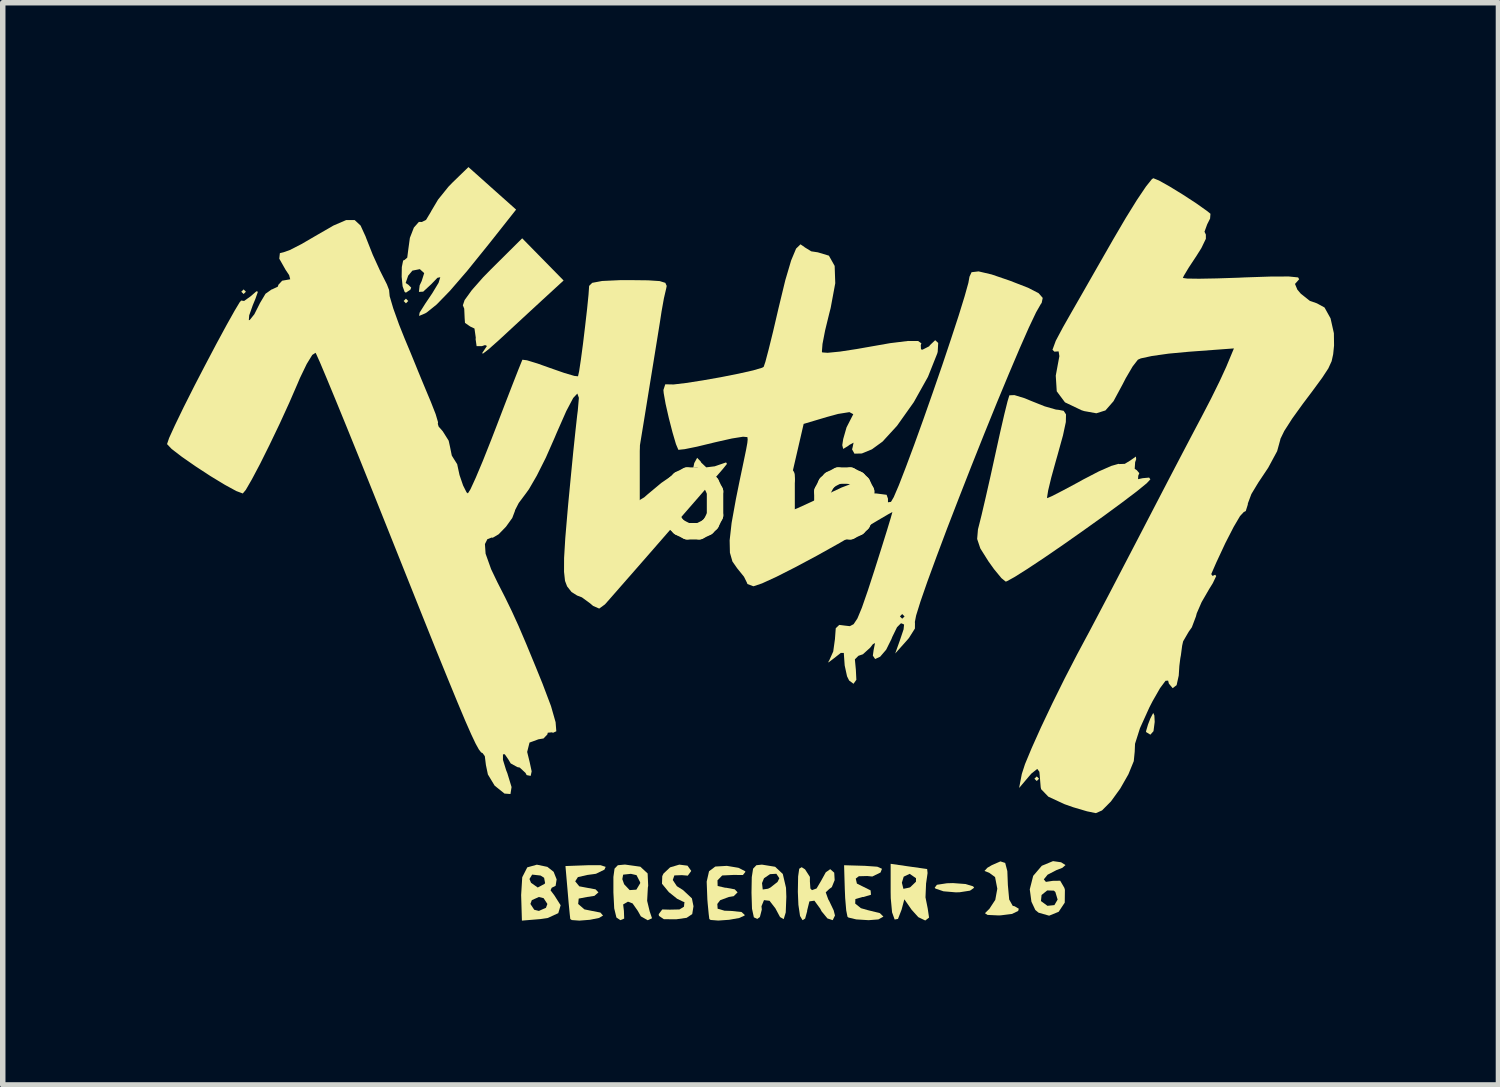
<source format=kicad_pcb>
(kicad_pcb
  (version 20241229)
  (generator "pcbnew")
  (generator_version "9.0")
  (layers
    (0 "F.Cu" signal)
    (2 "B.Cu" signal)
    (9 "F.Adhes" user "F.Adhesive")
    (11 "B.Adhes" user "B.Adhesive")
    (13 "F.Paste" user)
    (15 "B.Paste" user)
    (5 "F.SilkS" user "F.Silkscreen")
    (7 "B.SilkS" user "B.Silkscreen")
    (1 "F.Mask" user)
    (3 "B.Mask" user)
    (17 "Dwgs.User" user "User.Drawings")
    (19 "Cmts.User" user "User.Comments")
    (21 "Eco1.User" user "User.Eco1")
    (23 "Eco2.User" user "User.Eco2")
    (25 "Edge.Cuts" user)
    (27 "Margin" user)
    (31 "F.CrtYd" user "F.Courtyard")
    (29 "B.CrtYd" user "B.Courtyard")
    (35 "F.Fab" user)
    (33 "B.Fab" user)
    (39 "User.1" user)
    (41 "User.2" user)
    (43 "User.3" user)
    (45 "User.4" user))
  (footprint "logo"
    (layer "F.Cu")
    (at 10.583 5.958)
    (property "Reference" "logo" (at 0 0 0) (layer "F.SilkS") (effects (font (size 1.524 1.524) (thickness 0.3))))
    (attr board_only exclude_from_pos_files exclude_from_bom)
    (fp_poly (pts (xy -9.144 -3.683) (xy -9.186 -3.641) (xy -9.229 -3.683) (xy -9.186 -3.725)) (stroke (width 0) (type solid)) (fill yes) (layer "F.SilkS"))
    (fp_poly (pts (xy -6.181 -3.514) (xy -6.223 -3.471) (xy -6.265 -3.514) (xy -6.223 -3.556)) (stroke (width 0) (type solid)) (fill yes) (layer "F.SilkS"))
    (fp_poly (pts (xy 5.334 5.207) (xy 5.292 5.249) (xy 5.249 5.207) (xy 5.292 5.165)) (stroke (width 0) (type solid)) (fill yes) (layer "F.SilkS"))
    (fp_poly (pts (xy 7.439 4.053) (xy 7.445 4.17) (xy 7.423 4.339) (xy 7.366 4.403) (xy 7.288 4.355) (xy 7.287 4.339) (xy 7.323 4.217) (xy 7.366 4.106) (xy 7.418 4.006)) (stroke (width 0) (type solid)) (fill yes) (layer "F.SilkS"))
    (fp_poly (pts (xy 3.992 7.129) (xy 4.13 7.171) (xy 4.149 7.197) (xy 4.074 7.25) (xy 3.886 7.279) (xy 3.815 7.281) (xy 3.59 7.262) (xy 3.445 7.213) (xy 3.429 7.197) (xy 3.469 7.143) (xy 3.653 7.115) (xy 3.763 7.112)) (stroke (width 0) (type solid)) (fill yes) (layer "F.SilkS"))
    (fp_poly (pts (xy 4.716 6.744) (xy 4.755 6.893) (xy 4.765 7.15) (xy 4.789 7.412) (xy 4.853 7.527) (xy 4.888 7.535) (xy 4.964 7.58) (xy 4.953 7.62) (xy 4.841 7.675) (xy 4.633 7.701) (xy 4.588 7.702) (xy 4.394 7.693) (xy 4.346 7.662) (xy 4.419 7.59) (xy 4.424 7.587) (xy 4.535 7.418) (xy 4.572 7.215) (xy 4.531 7.002) (xy 4.424 6.924) (xy 4.338 6.89) (xy 4.391 6.832) (xy 4.473 6.784) (xy 4.629 6.716)) (stroke (width 0) (type solid)) (fill yes) (layer "F.SilkS"))
    (fp_poly (pts (xy -3.345 -3.888) (xy -3.726 -3.538) (xy -4.007 -3.279) (xy -4.326 -2.984) (xy -4.525 -2.8) (xy -4.713 -2.633) (xy -4.821 -2.55) (xy -4.829 -2.567) (xy -4.822 -2.577) (xy -4.744 -2.693) (xy -4.778 -2.709) (xy -4.835 -2.69) (xy -4.933 -2.69) (xy -4.951 -2.816) (xy -4.948 -2.844) (xy -4.972 -3.011) (xy -5.05 -3.048) (xy -5.145 -3.114) (xy -5.151 -3.196) (xy -5.159 -3.374) (xy -5.184 -3.435) (xy -5.152 -3.53) (xy -5.021 -3.711) (xy -4.814 -3.946) (xy -4.671 -4.092) (xy -4.101 -4.658)) (stroke (width 0) (type solid)) (fill yes) (layer "F.SilkS"))
    (fp_poly (pts (xy -2.668 6.786) (xy -2.577 6.816) (xy -2.6 6.867) (xy -2.754 6.942) (xy -2.915 6.964) (xy -3.084 7.003) (xy -3.133 7.08) (xy -3.059 7.171) (xy -2.921 7.197) (xy -2.762 7.226) (xy -2.709 7.281) (xy -2.782 7.345) (xy -2.918 7.366) (xy -3.069 7.395) (xy -3.079 7.493) (xy -2.965 7.592) (xy -2.827 7.62) (xy -2.673 7.65) (xy -2.625 7.705) (xy -2.697 7.748) (xy -2.865 7.782) (xy -3.056 7.797) (xy -3.195 7.787) (xy -3.223 7.768) (xy -3.233 7.679) (xy -3.253 7.473) (xy -3.27 7.274) (xy -3.311 6.801) (xy -2.907 6.786)) (stroke (width 0) (type solid)) (fill yes) (layer "F.SilkS"))
    (fp_poly (pts (xy 2.154 6.797) (xy 2.381 6.813) (xy 2.467 6.851) (xy 2.44 6.919) (xy 2.29 6.992) (xy 2.197 6.983) (xy 2.044 6.987) (xy 1.988 7.03) (xy 2.009 7.121) (xy 2.108 7.17) (xy 2.259 7.245) (xy 2.266 7.325) (xy 2.127 7.366) (xy 2.11 7.366) (xy 1.981 7.404) (xy 1.978 7.486) (xy 2.082 7.57) (xy 2.208 7.606) (xy 2.428 7.66) (xy 2.493 7.724) (xy 2.402 7.775) (xy 2.223 7.789) (xy 1.997 7.775) (xy 1.855 7.741) (xy 1.837 7.726) (xy 1.814 7.611) (xy 1.795 7.386) (xy 1.788 7.224) (xy 1.775 6.786)) (stroke (width 0) (type solid)) (fill yes) (layer "F.SilkS"))
    (fp_poly (pts (xy -1.083 6.794) (xy -1.016 6.888) (xy -1.016 6.892) (xy -1.078 6.976) (xy -1.185 6.967) (xy -1.323 6.972) (xy -1.352 7.056) (xy -1.277 7.169) (xy -1.164 7.24) (xy -1.003 7.391) (xy -0.974 7.535) (xy -0.997 7.678) (xy -1.099 7.746) (xy -1.291 7.773) (xy -1.515 7.771) (xy -1.604 7.711) (xy -1.609 7.679) (xy -1.544 7.593) (xy -1.407 7.597) (xy -1.23 7.593) (xy -1.148 7.543) (xy -1.139 7.459) (xy -1.164 7.451) (xy -1.273 7.398) (xy -1.424 7.277) (xy -1.549 7.124) (xy -1.544 6.985) (xy -1.522 6.939) (xy -1.401 6.825) (xy -1.233 6.775)) (stroke (width 0) (type solid)) (fill yes) (layer "F.SilkS"))
    (fp_poly (pts (xy 2.942 6.806) (xy 3.155 6.836) (xy 3.281 6.854) (xy 3.291 6.855) (xy 3.299 6.929) (xy 3.274 7.105) (xy 3.272 7.112) (xy 3.261 7.372) (xy 3.302 7.578) (xy 3.326 7.742) (xy 3.257 7.795) (xy 3.13 7.734) (xy 3.008 7.599) (xy 2.875 7.408) (xy 2.824 7.599) (xy 2.759 7.766) (xy 2.698 7.777) (xy 2.651 7.646) (xy 2.627 7.388) (xy 2.625 7.274) (xy 2.625 7.105) (xy 2.83 7.105) (xy 2.858 7.217) (xy 2.967 7.194) (xy 2.984 7.186) (xy 3.087 7.087) (xy 3.088 7.023) (xy 2.972 6.943) (xy 2.863 6.995) (xy 2.83 7.105) (xy 2.625 7.105) (xy 2.625 6.76)) (stroke (width 0) (type solid)) (fill yes) (layer "F.SilkS"))
    (fp_poly (pts (xy 0.516 6.814) (xy 0.656 6.945) (xy 0.715 7.198) (xy 0.721 7.363) (xy 0.71 7.648) (xy 0.673 7.77) (xy 0.606 7.732) (xy 0.521 7.573) (xy 0.414 7.435) (xy 0.313 7.423) (xy 0.267 7.535) (xy 0.273 7.596) (xy 0.238 7.732) (xy 0.191 7.766) (xy 0.128 7.737) (xy 0.094 7.579) (xy 0.085 7.288) (xy 0.088 7.112) (xy 0.277 7.112) (xy 0.29 7.229) (xy 0.386 7.215) (xy 0.429 7.194) (xy 0.56 7.091) (xy 0.593 7.024) (xy 0.539 6.942) (xy 0.423 6.949) (xy 0.313 7.024) (xy 0.277 7.112) (xy 0.088 7.112) (xy 0.09 7.004) (xy 0.114 6.849) (xy 0.174 6.786) (xy 0.275 6.775)) (stroke (width 0) (type solid)) (fill yes) (layer "F.SilkS"))
    (fp_poly (pts (xy 1.062 6.861) (xy 1.151 6.999) (xy 1.151 7.081) (xy 1.16 7.211) (xy 1.189 7.241) (xy 1.273 7.21) (xy 1.353 7.075) (xy 1.441 6.915) (xy 1.522 6.858) (xy 1.595 6.922) (xy 1.603 7.058) (xy 1.551 7.186) (xy 1.503 7.221) (xy 1.44 7.281) (xy 1.486 7.409) (xy 1.503 7.438) (xy 1.585 7.61) (xy 1.609 7.704) (xy 1.567 7.789) (xy 1.471 7.757) (xy 1.364 7.627) (xy 1.34 7.58) (xy 1.233 7.433) (xy 1.142 7.446) (xy 1.101 7.611) (xy 1.101 7.625) (xy 1.064 7.76) (xy 1.016 7.789) (xy 0.971 7.712) (xy 0.941 7.509) (xy 0.931 7.271) (xy 0.936 6.991) (xy 0.956 6.85) (xy 1.001 6.822)) (stroke (width 0) (type solid)) (fill yes) (layer "F.SilkS"))
    (fp_poly (pts (xy 5.736 6.732) (xy 5.817 6.783) (xy 5.76 6.833) (xy 5.652 6.875) (xy 5.49 6.959) (xy 5.421 7.044) (xy 5.459 7.09) (xy 5.585 7.071) (xy 5.72 7.069) (xy 5.796 7.199) (xy 5.806 7.235) (xy 5.803 7.469) (xy 5.692 7.636) (xy 5.518 7.707) (xy 5.325 7.652) (xy 5.266 7.603) (xy 5.195 7.452) (xy 5.193 7.438) (xy 5.369 7.438) (xy 5.37 7.441) (xy 5.487 7.527) (xy 5.614 7.514) (xy 5.673 7.413) (xy 5.632 7.276) (xy 5.605 7.25) (xy 5.483 7.246) (xy 5.38 7.329) (xy 5.369 7.438) (xy 5.193 7.438) (xy 5.165 7.229) (xy 5.165 7.224) (xy 5.227 6.98) (xy 5.384 6.796) (xy 5.589 6.711)) (stroke (width 0) (type solid)) (fill yes) (layer "F.SilkS"))
    (fp_poly (pts (xy -0.362 6.798) (xy -0.153 6.833) (xy -0.033 6.894) (xy -0.026 6.907) (xy -0.072 6.965) (xy -0.24 6.963) (xy -0.45 6.973) (xy -0.536 7.062) (xy -0.533 7.165) (xy -0.395 7.197) (xy -0.378 7.197) (xy -0.221 7.226) (xy -0.169 7.281) (xy -0.24 7.351) (xy -0.33 7.366) (xy -0.487 7.425) (xy -0.539 7.493) (xy -0.533 7.58) (xy -0.407 7.616) (xy -0.289 7.62) (xy -0.097 7.64) (xy -0.038 7.694) (xy -0.042 7.705) (xy -0.139 7.749) (xy -0.323 7.782) (xy -0.521 7.796) (xy -0.661 7.785) (xy -0.685 7.768) (xy -0.696 7.679) (xy -0.715 7.482) (xy -0.721 7.408) (xy -0.733 7.085) (xy -0.69 6.896) (xy -0.576 6.81) (xy -0.371 6.798)) (stroke (width 0) (type solid)) (fill yes) (layer "F.SilkS"))
    (fp_poly (pts (xy -2.216 6.775) (xy -1.944 6.813) (xy -1.811 6.936) (xy -1.801 7.16) (xy -1.807 7.195) (xy -1.82 7.436) (xy -1.774 7.627) (xy -1.731 7.754) (xy -1.807 7.789) (xy -1.812 7.789) (xy -1.935 7.719) (xy -1.99 7.62) (xy -2.086 7.483) (xy -2.17 7.451) (xy -2.258 7.502) (xy -2.244 7.62) (xy -2.239 7.76) (xy -2.309 7.789) (xy -2.381 7.74) (xy -2.421 7.574) (xy -2.436 7.281) (xy -2.436 7.04) (xy -2.273 7.04) (xy -2.24 7.133) (xy -2.139 7.24) (xy -2.017 7.232) (xy -1.948 7.117) (xy -1.947 7.098) (xy -2.014 6.967) (xy -2.117 6.943) (xy -2.258 6.958) (xy -2.273 7.04) (xy -2.436 7.04) (xy -2.436 7) (xy -2.415 6.848) (xy -2.355 6.786) (xy -2.239 6.775)) (stroke (width 0) (type solid)) (fill yes) (layer "F.SilkS"))
    (fp_poly (pts (xy -3.641 6.816) (xy -3.527 6.906) (xy -3.472 7.044) (xy -3.491 7.162) (xy -3.562 7.197) (xy -3.583 7.244) (xy -3.515 7.334) (xy -3.399 7.517) (xy -3.442 7.661) (xy -3.637 7.75) (xy -3.768 7.769) (xy -4.106 7.797) (xy -4.115 7.493) (xy -3.951 7.493) (xy -3.881 7.599) (xy -3.796 7.62) (xy -3.667 7.563) (xy -3.641 7.493) (xy -3.71 7.387) (xy -3.796 7.366) (xy -3.925 7.423) (xy -3.951 7.493) (xy -4.115 7.493) (xy -4.12 7.331) (xy -4.102 7.037) (xy -3.968 7.037) (xy -3.94 7.106) (xy -3.817 7.193) (xy -3.692 7.126) (xy -3.683 7.111) (xy -3.701 7.015) (xy -3.766 6.974) (xy -3.919 6.957) (xy -3.968 7.037) (xy -4.102 7.037) (xy -4.1 7.005) (xy -4.008 6.825) (xy -3.833 6.776)) (stroke (width 0) (type solid)) (fill yes) (layer "F.SilkS"))
    (fp_poly (pts (xy -4.89 -5.787) (xy -4.692 -5.61) (xy -4.47 -5.412) (xy -4.455 -5.399) (xy -4.212 -5.182) (xy -4.704 -4.56) (xy -5.103 -4.066) (xy -5.419 -3.7) (xy -5.661 -3.451) (xy -5.842 -3.305) (xy -5.873 -3.287) (xy -5.983 -3.241) (xy -5.974 -3.299) (xy -5.965 -3.315) (xy -5.871 -3.464) (xy -5.743 -3.654) (xy -5.627 -3.846) (xy -5.596 -3.948) (xy -5.648 -3.937) (xy -5.762 -3.819) (xy -5.908 -3.684) (xy -5.986 -3.68) (xy -5.973 -3.798) (xy -5.935 -3.879) (xy -5.89 -4.022) (xy -5.969 -4.095) (xy -6.105 -4.068) (xy -6.182 -3.976) (xy -6.228 -3.842) (xy -6.179 -3.81) (xy -6.127 -3.758) (xy -6.142 -3.72) (xy -6.223 -3.666) (xy -6.246 -3.678) (xy -6.284 -3.782) (xy -6.301 -3.956) (xy -6.298 -4.134) (xy -6.274 -4.252) (xy -6.247 -4.264) (xy -6.199 -4.305) (xy -6.181 -4.446) (xy -6.151 -4.666) (xy -6.078 -4.854) (xy -5.987 -4.957) (xy -5.932 -4.956) (xy -5.856 -4.994) (xy -5.766 -5.144) (xy -5.761 -5.155) (xy -5.637 -5.364) (xy -5.446 -5.601) (xy -5.372 -5.677) (xy -5.082 -5.958)) (stroke (width 0) (type solid)) (fill yes) (layer "F.SilkS"))
    (fp_poly (pts (xy 5.073 -1.738) (xy 5.188 -1.69) (xy 5.436 -1.591) (xy 5.641 -1.532) (xy 5.694 -1.526) (xy 5.783 -1.509) (xy 5.826 -1.444) (xy 5.823 -1.304) (xy 5.771 -1.061) (xy 5.668 -0.689) (xy 5.643 -0.602) (xy 5.557 -0.291) (xy 5.5 -0.054) (xy 5.48 0.073) (xy 5.484 0.085) (xy 5.572 0.047) (xy 5.77 -0.055) (xy 6.041 -0.2) (xy 6.136 -0.253) (xy 6.423 -0.402) (xy 6.652 -0.503) (xy 6.785 -0.541) (xy 6.801 -0.537) (xy 6.899 -0.541) (xy 6.999 -0.602) (xy 7.102 -0.674) (xy 7.107 -0.624) (xy 7.088 -0.572) (xy 7.08 -0.45) (xy 7.12 -0.423) (xy 7.164 -0.37) (xy 7.145 -0.324) (xy 7.141 -0.261) (xy 7.225 -0.279) (xy 7.343 -0.29) (xy 7.366 -0.258) (xy 7.3 -0.187) (xy 7.12 -0.04) (xy 6.852 0.163) (xy 6.523 0.405) (xy 6.159 0.665) (xy 5.787 0.927) (xy 5.433 1.17) (xy 5.123 1.376) (xy 4.885 1.526) (xy 4.745 1.603) (xy 4.724 1.608) (xy 4.647 1.545) (xy 4.512 1.381) (xy 4.411 1.24) (xy 4.262 1.003) (xy 4.204 0.83) (xy 4.219 0.654) (xy 4.237 0.584) (xy 4.286 0.388) (xy 4.36 0.071) (xy 4.449 -0.321) (xy 4.536 -0.717) (xy 4.623 -1.112) (xy 4.7 -1.446) (xy 4.759 -1.683) (xy 4.792 -1.791) (xy 4.792 -1.792) (xy 4.884 -1.796)) (stroke (width 0) (type solid)) (fill yes) (layer "F.SilkS"))
    (fp_poly (pts (xy 7.523 -5.713) (xy 7.719 -5.603) (xy 7.962 -5.454) (xy 8.204 -5.296) (xy 8.4 -5.157) (xy 8.463 -5.106) (xy 8.456 -5.018) (xy 8.403 -4.913) (xy 8.354 -4.778) (xy 8.379 -4.726) (xy 8.379 -4.649) (xy 8.297 -4.479) (xy 8.207 -4.336) (xy 8.067 -4.124) (xy 7.977 -3.974) (xy 7.959 -3.934) (xy 8.038 -3.923) (xy 8.255 -3.92) (xy 8.58 -3.926) (xy 8.98 -3.939) (xy 9.081 -3.944) (xy 9.568 -3.96) (xy 9.894 -3.961) (xy 10.063 -3.944) (xy 10.082 -3.91) (xy 10.079 -3.907) (xy 10.006 -3.825) (xy 10.049 -3.721) (xy 10.113 -3.646) (xy 10.277 -3.516) (xy 10.406 -3.471) (xy 10.545 -3.395) (xy 10.655 -3.197) (xy 10.716 -2.925) (xy 10.719 -2.701) (xy 10.703 -2.542) (xy 10.675 -2.415) (xy 10.614 -2.282) (xy 10.501 -2.11) (xy 10.319 -1.862) (xy 10.148 -1.635) (xy 9.955 -1.367) (xy 9.81 -1.141) (xy 9.74 -0.997) (xy 9.737 -0.979) (xy 9.68 -0.772) (xy 9.517 -0.47) (xy 9.335 -0.197) (xy 9.21 0.01) (xy 9.146 0.181) (xy 9.144 0.204) (xy 9.107 0.321) (xy 9.071 0.339) (xy 9.003 0.412) (xy 8.886 0.611) (xy 8.735 0.905) (xy 8.568 1.263) (xy 8.477 1.472) (xy 8.502 1.505) (xy 8.548 1.484) (xy 8.568 1.507) (xy 8.506 1.637) (xy 8.438 1.747) (xy 8.301 1.984) (xy 8.212 2.189) (xy 8.198 2.244) (xy 8.123 2.443) (xy 8.065 2.525) (xy 7.964 2.699) (xy 7.946 2.779) (xy 7.923 2.954) (xy 7.913 3.006) (xy 7.895 3.148) (xy 7.884 3.323) (xy 7.845 3.499) (xy 7.773 3.554) (xy 7.704 3.471) (xy 7.69 3.416) (xy 7.643 3.419) (xy 7.543 3.553) (xy 7.405 3.794) (xy 7.348 3.905) (xy 7.176 4.285) (xy 7.086 4.569) (xy 7.08 4.714) (xy 7.063 4.886) (xy 6.965 5.126) (xy 6.816 5.387) (xy 6.646 5.622) (xy 6.483 5.786) (xy 6.372 5.835) (xy 6.21 5.802) (xy 5.959 5.728) (xy 5.8 5.672) (xy 5.504 5.535) (xy 5.372 5.398) (xy 5.364 5.362) (xy 5.347 5.155) (xy 5.34 5.08) (xy 5.301 5.028) (xy 5.194 5.113) (xy 5.149 5.165) (xy 4.97 5.376) (xy 5.019 5.121) (xy 5.077 4.942) (xy 5.2 4.646) (xy 5.371 4.265) (xy 5.576 3.833) (xy 5.8 3.38) (xy 6.027 2.941) (xy 6.151 2.709) (xy 6.254 2.517) (xy 6.419 2.204) (xy 6.631 1.801) (xy 6.873 1.336) (xy 7.131 0.841) (xy 7.172 0.762) (xy 7.44 0.246) (xy 7.704 -0.262) (xy 7.946 -0.725) (xy 8.148 -1.11) (xy 8.292 -1.382) (xy 8.3 -1.397) (xy 8.474 -1.732) (xy 8.634 -2.057) (xy 8.748 -2.305) (xy 8.754 -2.319) (xy 8.891 -2.648) (xy 8.066 -2.587) (xy 7.701 -2.553) (xy 7.396 -2.51) (xy 7.192 -2.466) (xy 7.138 -2.442) (xy 7.042 -2.318) (xy 6.916 -2.103) (xy 6.858 -1.99) (xy 6.693 -1.684) (xy 6.546 -1.516) (xy 6.38 -1.464) (xy 6.158 -1.504) (xy 6.108 -1.52) (xy 5.807 -1.664) (xy 5.657 -1.865) (xy 5.639 -2.151) (xy 5.665 -2.292) (xy 5.705 -2.507) (xy 5.691 -2.594) (xy 5.617 -2.589) (xy 5.615 -2.588) (xy 5.579 -2.623) (xy 5.639 -2.787) (xy 5.771 -3.035) (xy 5.917 -3.292) (xy 6.124 -3.653) (xy 6.365 -4.075) (xy 6.618 -4.517) (xy 6.689 -4.641) (xy 6.916 -5.028) (xy 7.12 -5.357) (xy 7.285 -5.602) (xy 7.393 -5.737) (xy 7.42 -5.755)) (stroke (width 0) (type solid)) (fill yes) (layer "F.SilkS"))
    (fp_poly (pts (xy 1.051 -4.499) (xy 1.054 -4.495) (xy 1.176 -4.42) (xy 1.296 -4.402) (xy 1.498 -4.341) (xy 1.603 -4.154) (xy 1.614 -3.838) (xy 1.53 -3.386) (xy 1.506 -3.293) (xy 1.429 -2.978) (xy 1.381 -2.73) (xy 1.37 -2.59) (xy 1.376 -2.575) (xy 1.475 -2.568) (xy 1.7 -2.59) (xy 2.007 -2.637) (xy 2.137 -2.66) (xy 2.615 -2.744) (xy 2.941 -2.784) (xy 3.127 -2.783) (xy 3.186 -2.741) (xy 3.175 -2.709) (xy 3.179 -2.631) (xy 3.207 -2.625) (xy 3.327 -2.686) (xy 3.344 -2.709) (xy 3.438 -2.798) (xy 3.493 -2.748) (xy 3.484 -2.587) (xy 3.476 -2.556) (xy 3.306 -2.129) (xy 3.047 -1.666) (xy 2.741 -1.235) (xy 2.477 -0.947) (xy 2.283 -0.806) (xy 2.099 -0.73) (xy 1.964 -0.727) (xy 1.921 -0.805) (xy 1.931 -0.844) (xy 1.948 -0.928) (xy 1.871 -0.886) (xy 1.848 -0.867) (xy 1.759 -0.813) (xy 1.742 -0.882) (xy 1.759 -0.994) (xy 1.82 -1.207) (xy 1.886 -1.336) (xy 1.943 -1.447) (xy 1.873 -1.485) (xy 1.665 -1.452) (xy 1.464 -1.397) (xy 1.037 -1.27) (xy 0.856 -0.487) (xy 0.778 -0.142) (xy 0.718 0.137) (xy 0.682 0.312) (xy 0.677 0.35) (xy 0.747 0.339) (xy 0.933 0.265) (xy 1.201 0.142) (xy 1.333 0.077) (xy 1.73 -0.109) (xy 2.023 -0.22) (xy 2.201 -0.255) (xy 2.251 -0.21) (xy 2.201 -0.127) (xy 2.153 -0.04) (xy 2.226 -0.005) (xy 2.365 0) (xy 2.551 0.024) (xy 2.576 0.094) (xy 2.576 0.096) (xy 2.576 0.161) (xy 2.631 0.153) (xy 2.681 0.068) (xy 2.775 -0.151) (xy 2.902 -0.479) (xy 3.055 -0.889) (xy 3.223 -1.355) (xy 3.397 -1.85) (xy 3.569 -2.348) (xy 3.728 -2.823) (xy 3.867 -3.248) (xy 3.975 -3.598) (xy 4.044 -3.845) (xy 4.064 -3.957) (xy 4.102 -4.039) (xy 4.23 -4.054) (xy 4.469 -3.998) (xy 4.802 -3.884) (xy 5.134 -3.755) (xy 5.326 -3.656) (xy 5.401 -3.57) (xy 5.382 -3.48) (xy 5.364 -3.454) (xy 5.279 -3.305) (xy 5.148 -3.029) (xy 4.98 -2.648) (xy 4.783 -2.184) (xy 4.564 -1.657) (xy 4.334 -1.09) (xy 4.1 -0.503) (xy 3.871 0.082) (xy 3.654 0.643) (xy 3.46 1.16) (xy 3.295 1.61) (xy 3.169 1.973) (xy 3.09 2.227) (xy 3.066 2.35) (xy 3.069 2.358) (xy 3.068 2.465) (xy 2.959 2.638) (xy 2.926 2.677) (xy 2.708 2.921) (xy 2.793 2.683) (xy 2.861 2.481) (xy 2.87 2.392) (xy 2.824 2.371) (xy 2.811 2.371) (xy 2.741 2.442) (xy 2.655 2.618) (xy 2.639 2.659) (xy 2.543 2.852) (xy 2.433 2.98) (xy 2.342 3.022) (xy 2.3 2.96) (xy 2.314 2.859) (xy 2.34 2.73) (xy 2.301 2.751) (xy 2.251 2.815) (xy 2.119 2.935) (xy 2.037 2.963) (xy 1.972 3.028) (xy 1.99 3.217) (xy 1.999 3.401) (xy 1.947 3.474) (xy 1.867 3.414) (xy 1.829 3.337) (xy 1.786 3.139) (xy 1.778 3.028) (xy 1.77 2.911) (xy 1.716 2.91) (xy 1.587 3.011) (xy 1.487 3.087) (xy 1.494 3.061) (xy 1.503 3.05) (xy 1.577 2.884) (xy 1.609 2.653) (xy 1.609 2.648) (xy 1.623 2.46) (xy 1.687 2.399) (xy 1.799 2.413) (xy 1.88 2.422) (xy 1.949 2.386) (xy 2.018 2.282) (xy 2.034 2.244) (xy 2.794 2.244) (xy 2.836 2.286) (xy 2.879 2.244) (xy 2.836 2.201) (xy 2.794 2.244) (xy 2.034 2.244) (xy 2.1 2.085) (xy 2.209 1.771) (xy 2.33 1.399) (xy 2.454 1.007) (xy 2.556 0.68) (xy 2.626 0.449) (xy 2.656 0.342) (xy 2.656 0.339) (xy 2.582 0.379) (xy 2.401 0.485) (xy 2.148 0.636) (xy 2.104 0.663) (xy 1.695 0.903) (xy 1.278 1.136) (xy 0.883 1.347) (xy 0.54 1.521) (xy 0.278 1.641) (xy 0.127 1.692) (xy 0.117 1.693) (xy 0.011 1.653) (xy 0 1.625) (xy -0.052 1.52) (xy -0.177 1.365) (xy -0.263 1.242) (xy -0.309 1.081) (xy -0.314 0.856) (xy -0.278 0.537) (xy -0.199 0.099) (xy -0.131 -0.237) (xy -0.058 -0.584) (xy -0.013 -0.802) (xy 0.009 -0.923) (xy 0.015 -0.985) (xy 0.011 -1.022) (xy 0.01 -1.029) (xy -0.07 -1.036) (xy -0.272 -1.004) (xy -0.556 -0.94) (xy -0.611 -0.927) (xy -0.908 -0.855) (xy -1.134 -0.809) (xy -1.246 -0.797) (xy -1.251 -0.799) (xy -1.294 -0.901) (xy -1.356 -1.112) (xy -1.424 -1.376) (xy -1.483 -1.635) (xy -1.518 -1.833) (xy -1.523 -1.889) (xy -1.489 -1.993) (xy -1.443 -1.992) (xy -1.337 -1.99) (xy -1.111 -2.017) (xy -0.808 -2.064) (xy -0.473 -2.123) (xy -0.151 -2.187) (xy 0.115 -2.247) (xy 0.278 -2.295) (xy 0.307 -2.311) (xy 0.338 -2.402) (xy 0.397 -2.625) (xy 0.477 -2.948) (xy 0.568 -3.338) (xy 0.576 -3.373) (xy 0.702 -3.893) (xy 0.809 -4.255) (xy 0.899 -4.47) (xy 0.979 -4.548)) (stroke (width 0) (type solid)) (fill yes) (layer "F.SilkS"))
    (fp_poly (pts (xy -7.051 -4.891) (xy -6.959 -4.69) (xy -6.947 -4.657) (xy -6.828 -4.356) (xy -6.698 -4.071) (xy -6.663 -4.001) (xy -6.57 -3.817) (xy -6.53 -3.712) (xy -6.53 -3.705) (xy -6.52 -3.601) (xy -6.455 -3.38) (xy -6.348 -3.082) (xy -6.25 -2.836) (xy -6.136 -2.563) (xy -6.041 -2.331) (xy -6.006 -2.244) (xy -5.933 -2.067) (xy -5.826 -1.81) (xy -5.768 -1.672) (xy -5.68 -1.447) (xy -5.637 -1.301) (xy -5.641 -1.27) (xy -5.626 -1.221) (xy -5.552 -1.137) (xy -5.443 -0.964) (xy -5.419 -0.855) (xy -5.386 -0.692) (xy -5.355 -0.642) (xy -5.287 -0.534) (xy -5.285 -0.522) (xy -5.245 -0.337) (xy -5.18 -0.147) (xy -5.116 -0.02) (xy -5.092 -0.002) (xy -5.045 -0.077) (xy -4.95 -0.284) (xy -4.819 -0.595) (xy -4.665 -0.983) (xy -4.578 -1.208) (xy -4.417 -1.628) (xy -4.278 -1.987) (xy -4.171 -2.26) (xy -4.108 -2.416) (xy -4.097 -2.442) (xy -4.013 -2.431) (xy -3.817 -2.371) (xy -3.593 -2.291) (xy -3.335 -2.201) (xy -3.149 -2.146) (xy -3.082 -2.139) (xy -3.062 -2.228) (xy -3.03 -2.44) (xy -2.991 -2.731) (xy -2.952 -3.056) (xy -2.916 -3.37) (xy -2.89 -3.628) (xy -2.879 -3.787) (xy -2.879 -3.789) (xy -2.823 -3.845) (xy -2.642 -3.879) (xy -2.318 -3.894) (xy -2.153 -3.895) (xy -1.803 -3.891) (xy -1.591 -3.877) (xy -1.488 -3.845) (xy -1.463 -3.789) (xy -1.471 -3.747) (xy -1.514 -3.562) (xy -1.558 -3.316) (xy -1.56 -3.302) (xy -1.587 -3.126) (xy -1.637 -2.816) (xy -1.704 -2.402) (xy -1.783 -1.916) (xy -1.868 -1.391) (xy -1.955 -0.859) (xy -2.039 -0.35) (xy -2.079 -0.106) (xy -2.09 0.101) (xy -2.024 0.159) (xy -1.874 0.071) (xy -1.815 0.019) (xy -1.561 -0.193) (xy -1.328 -0.353) (xy -1.15 -0.438) (xy -1.064 -0.432) (xy -1.081 -0.339) (xy -1.121 -0.315) (xy -1.189 -0.25) (xy -1.178 -0.223) (xy -1.094 -0.239) (xy -0.966 -0.353) (xy -0.884 -0.462) (xy -0.903 -0.479) (xy -0.909 -0.476) (xy -0.978 -0.469) (xy -0.96 -0.555) (xy -0.907 -0.651) (xy -0.846 -0.588) (xy -0.832 -0.563) (xy -0.741 -0.477) (xy -0.585 -0.496) (xy -0.531 -0.515) (xy -0.379 -0.567) (xy -0.363 -0.54) (xy -0.436 -0.449) (xy -0.614 -0.243) (xy -0.857 0.039) (xy -1.146 0.371) (xy -1.456 0.728) (xy -1.767 1.085) (xy -2.058 1.418) (xy -2.306 1.701) (xy -2.489 1.91) (xy -2.586 2.02) (xy -2.592 2.026) (xy -2.695 2.101) (xy -2.806 2.053) (xy -2.862 2.005) (xy -3.011 1.896) (xy -3.098 1.863) (xy -3.2 1.799) (xy -3.281 1.696) (xy -3.319 1.596) (xy -3.337 1.431) (xy -3.336 1.178) (xy -3.314 0.811) (xy -3.271 0.306) (xy -3.261 0.193) (xy -3.214 -0.297) (xy -3.169 -0.757) (xy -3.128 -1.147) (xy -3.097 -1.428) (xy -3.086 -1.512) (xy -3.066 -1.746) (xy -3.094 -1.824) (xy -3.17 -1.743) (xy -3.296 -1.504) (xy -3.472 -1.105) (xy -3.51 -1.015) (xy -3.67 -0.652) (xy -3.835 -0.324) (xy -3.977 -0.079) (xy -4.031 -0.004) (xy -4.164 0.174) (xy -4.231 0.304) (xy -4.233 0.318) (xy -4.282 0.447) (xy -4.397 0.607) (xy -4.531 0.745) (xy -4.638 0.808) (xy -4.657 0.804) (xy -4.736 0.834) (xy -4.781 0.923) (xy -4.769 1.099) (xy -4.668 1.382) (xy -4.553 1.622) (xy -4.413 1.896) (xy -4.291 2.147) (xy -4.169 2.414) (xy -4.031 2.737) (xy -3.859 3.153) (xy -3.73 3.471) (xy -3.575 3.881) (xy -3.491 4.175) (xy -3.478 4.341) (xy -3.539 4.369) (xy -3.556 4.36) (xy -3.634 4.367) (xy -3.641 4.398) (xy -3.711 4.472) (xy -3.803 4.487) (xy -3.967 4.547) (xy -4.01 4.718) (xy -3.965 4.901) (xy -3.928 5.072) (xy -3.946 5.155) (xy -4.019 5.141) (xy -4.04 5.101) (xy -4.146 5.003) (xy -4.189 4.995) (xy -4.311 4.927) (xy -4.353 4.856) (xy -4.419 4.76) (xy -4.452 4.762) (xy -4.452 4.862) (xy -4.394 5.051) (xy -4.372 5.106) (xy -4.295 5.359) (xy -4.315 5.486) (xy -4.424 5.478) (xy -4.604 5.333) (xy -4.727 5.129) (xy -4.763 4.957) (xy -4.783 4.796) (xy -4.822 4.741) (xy -4.851 4.726) (xy -4.893 4.671) (xy -4.951 4.566) (xy -5.031 4.397) (xy -5.139 4.152) (xy -5.279 3.819) (xy -5.457 3.386) (xy -5.679 2.841) (xy -5.948 2.17) (xy -6.27 1.364) (xy -6.527 0.72) (xy -6.806 0.022) (xy -7.067 -0.627) (xy -7.303 -1.21) (xy -7.508 -1.711) (xy -7.674 -2.112) (xy -7.794 -2.397) (xy -7.862 -2.548) (xy -7.873 -2.568) (xy -7.933 -2.529) (xy -8.034 -2.364) (xy -8.158 -2.107) (xy -8.196 -2.017) (xy -8.351 -1.66) (xy -8.527 -1.275) (xy -8.71 -0.893) (xy -8.884 -0.543) (xy -9.035 -0.258) (xy -9.146 -0.066) (xy -9.201 0) (xy -9.319 -0.044) (xy -9.528 -0.158) (xy -9.79 -0.317) (xy -10.064 -0.496) (xy -10.314 -0.67) (xy -10.499 -0.812) (xy -10.582 -0.899) (xy -10.583 -0.904) (xy -10.546 -1.013) (xy -10.441 -1.243) (xy -10.283 -1.57) (xy -10.084 -1.965) (xy -9.907 -2.306) (xy -9.688 -2.722) (xy -9.498 -3.073) (xy -9.35 -3.337) (xy -9.257 -3.492) (xy -9.23 -3.522) (xy -9.177 -3.514) (xy -9.057 -3.6) (xy -8.952 -3.691) (xy -8.925 -3.683) (xy -8.971 -3.552) (xy -9.019 -3.436) (xy -9.084 -3.252) (xy -9.091 -3.164) (xy -9.075 -3.166) (xy -8.99 -3.272) (xy -8.894 -3.462) (xy -8.891 -3.47) (xy -8.786 -3.646) (xy -8.674 -3.725) (xy -8.668 -3.725) (xy -8.562 -3.775) (xy -8.551 -3.81) (xy -8.482 -3.884) (xy -8.42 -3.895) (xy -8.335 -3.91) (xy -8.355 -3.986) (xy -8.42 -4.083) (xy -8.535 -4.286) (xy -8.524 -4.387) (xy -8.458 -4.403) (xy -8.342 -4.444) (xy -8.131 -4.552) (xy -7.887 -4.694) (xy -7.546 -4.891) (xy -7.314 -4.991) (xy -7.159 -4.991)) (stroke (width 0) (type solid)) (fill yes) (layer "F.SilkS")))
  (gr_rect
    (start -3 -3)
    (end 24.303 16.755)
    (stroke (width 0.1) (type default))
    (fill no)
    (layer "Edge.Cuts")))
</source>
